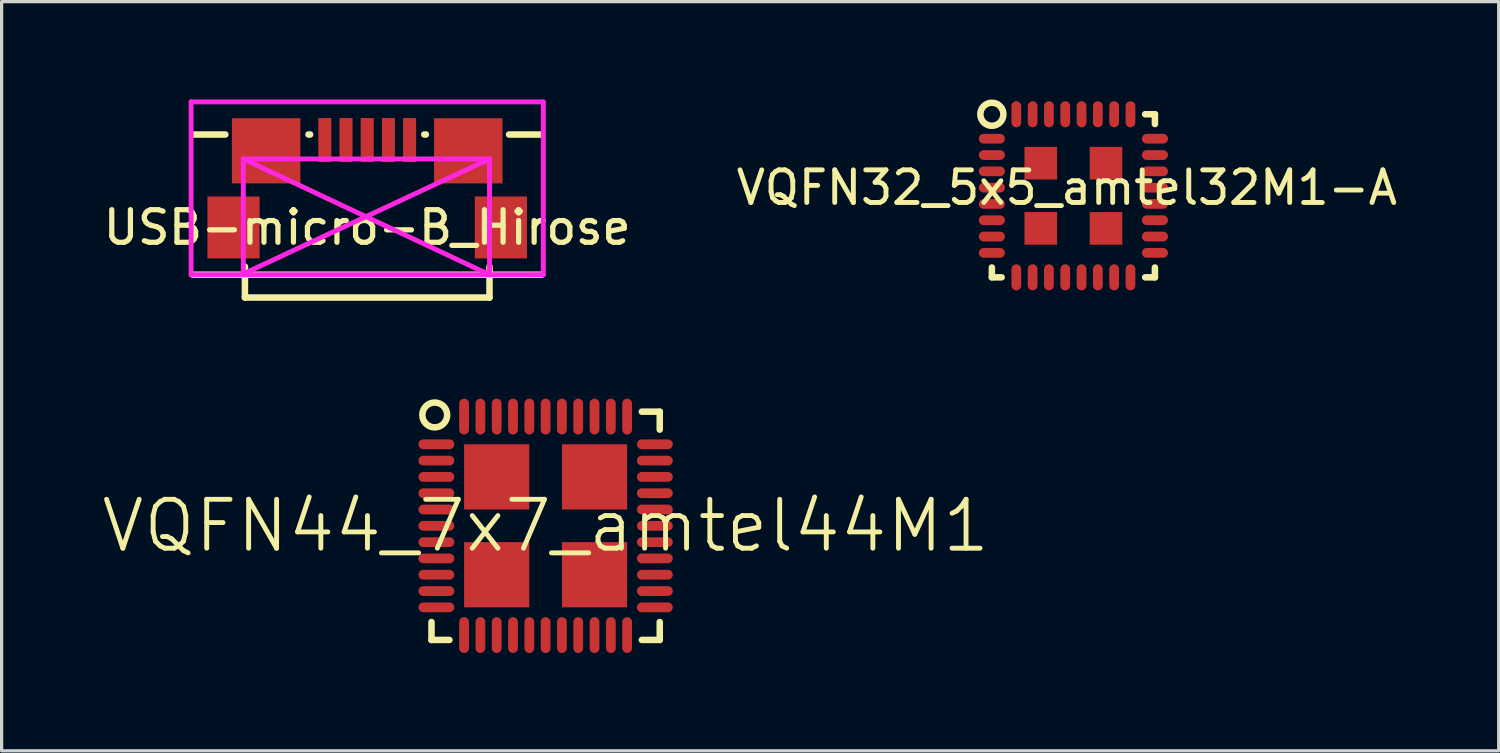
<source format=kicad_pcb>
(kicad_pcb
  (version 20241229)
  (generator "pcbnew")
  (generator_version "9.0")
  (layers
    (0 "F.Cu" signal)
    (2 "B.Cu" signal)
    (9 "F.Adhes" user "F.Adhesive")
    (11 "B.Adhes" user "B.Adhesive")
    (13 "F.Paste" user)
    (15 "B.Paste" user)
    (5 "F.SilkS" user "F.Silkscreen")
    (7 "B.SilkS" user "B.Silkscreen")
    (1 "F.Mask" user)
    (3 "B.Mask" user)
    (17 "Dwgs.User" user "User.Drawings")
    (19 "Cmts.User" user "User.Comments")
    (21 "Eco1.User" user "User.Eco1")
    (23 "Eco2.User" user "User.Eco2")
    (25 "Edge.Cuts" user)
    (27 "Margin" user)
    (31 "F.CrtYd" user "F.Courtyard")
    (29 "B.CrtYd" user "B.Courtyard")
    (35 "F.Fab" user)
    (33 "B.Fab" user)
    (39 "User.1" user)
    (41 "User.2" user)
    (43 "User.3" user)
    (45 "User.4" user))
  (footprint "USB-micro-B_Hirose"
    (layer "F.Cu")
    (at 8.211 3.925)
    (property "Reference" "USB-micro-B_Hirose" (at 0 0 0) (layer "F.SilkS") (effects (font (size 1 1) (thickness 0.16))))
    (attr through_hole)
    (fp_line (start -5.35 1.45) (end 5.35 1.45) (stroke (width 0.2) (type solid)) (layer "F.SilkS"))
    (fp_line (start -4.35 -2.85) (end -5.35 -2.85) (stroke (width 0.2) (type solid)) (layer "F.SilkS"))
    (fp_line (start -3.75 2.15) (end -3.75 1.2) (stroke (width 0.2) (type solid)) (layer "F.SilkS"))
    (fp_line (start -3.75 2.15) (end 3.75 2.15) (stroke (width 0.2) (type solid)) (layer "F.SilkS"))
    (fp_line (start -1.8 -2.85) (end -1.75 -2.85) (stroke (width 0.2) (type solid)) (layer "F.SilkS"))
    (fp_line (start 1.8 -2.85) (end 1.75 -2.85) (stroke (width 0.2) (type solid)) (layer "F.SilkS"))
    (fp_line (start 3.75 2.15) (end 3.75 1.2) (stroke (width 0.2) (type solid)) (layer "F.SilkS"))
    (fp_line (start 4.35 -2.85) (end 5.35 -2.85) (stroke (width 0.2) (type solid)) (layer "F.SilkS"))
    (fp_line (start -5.4 -3.85) (end -5.4 1.45) (stroke (width 0.15) (type solid)) (layer "F.CrtYd"))
    (fp_line (start -5.4 1.45) (end 5.4 1.45) (stroke (width 0.15) (type solid)) (layer "F.CrtYd"))
    (fp_line (start -3.8 -2.1) (end 3.75 -2.1) (stroke (width 0.15) (type solid)) (layer "F.CrtYd"))
    (fp_line (start -3.8 -2.1) (end 3.75 1.45) (stroke (width 0.15) (type solid)) (layer "F.CrtYd"))
    (fp_line (start -3.8 1.45) (end -3.8 -2.1) (stroke (width 0.15) (type solid)) (layer "F.CrtYd"))
    (fp_line (start -3.75 1.4) (end 3.75 -2.1) (stroke (width 0.15) (type solid)) (layer "F.CrtYd"))
    (fp_line (start 3.75 -2.1) (end 3.75 1.45) (stroke (width 0.15) (type solid)) (layer "F.CrtYd"))
    (fp_line (start 5.4 -3.85) (end -5.4 -3.85) (stroke (width 0.15) (type solid)) (layer "F.CrtYd"))
    (fp_line (start 5.4 1.45) (end 5.4 -3.85) (stroke (width 0.15) (type solid)) (layer "F.CrtYd"))
    (pad "1" smd rect (at 1.3 -2.68) (size 0.4 1.35) (layers "F.Cu" "F.Mask" "F.Paste"))
    (pad "2" smd rect (at 0.65 -2.68) (size 0.4 1.35) (layers "F.Cu" "F.Mask" "F.Paste"))
    (pad "3" smd rect (at 0 -2.68) (size 0.4 1.35) (layers "F.Cu" "F.Mask" "F.Paste"))
    (pad "4" smd rect (at -0.65 -2.68) (size 0.4 1.35) (layers "F.Cu" "F.Mask" "F.Paste"))
    (pad "5" smd rect (at -1.3 -2.68) (size 0.4 1.35) (layers "F.Cu" "F.Mask" "F.Paste"))
    (pad "6" smd rect (at -3.1 -2.35) (size 2.1 2) (layers "F.Cu" "F.Mask" "F.Paste"))
    (pad "7" smd rect (at -4.1 0) (size 1.6 1.9) (layers "F.Cu" "F.Mask" "F.Paste"))
    (pad "8" smd rect (at 4.1 0) (size 1.6 1.9) (layers "F.Cu" "F.Mask" "F.Paste"))
    (pad "9" smd rect (at 3.1 -2.35) (size 2.1 2) (layers "F.Cu" "F.Mask" "F.Paste")))
  (footprint "VQFN44_7x7_amtel44M1"
    (layer "F.Cu")
    (at 13.682 13.075)
    (property "Reference" "VQFN44_7x7_amtel44M1" (at 0 0 0) (layer "F.SilkS") (effects (font (size 1.5 1.5) (thickness 0.15))))
    (attr through_hole)
    (fp_line (start -3.5 2.95) (end -3.5 3.5) (stroke (width 0.2) (type solid)) (layer "F.SilkS"))
    (fp_line (start -3.5 3.5) (end -2.95 3.5) (stroke (width 0.2) (type solid)) (layer "F.SilkS"))
    (fp_line (start 3.5 -3.5) (end 2.95 -3.5) (stroke (width 0.2) (type solid)) (layer "F.SilkS"))
    (fp_line (start 3.5 -3.5) (end 3.5 -2.95) (stroke (width 0.2) (type solid)) (layer "F.SilkS"))
    (fp_line (start 3.5 2.95) (end 3.5 3.5) (stroke (width 0.2) (type solid)) (layer "F.SilkS"))
    (fp_line (start 3.5 3.5) (end 2.95 3.5) (stroke (width 0.2) (type solid)) (layer "F.SilkS"))
    (fp_circle (center -3.4 -3.4) (end -3.05 -3.25) (stroke (width 0.2) (type solid)) (fill no) (layer "F.SilkS"))
    (pad "1" smd oval (at -3.35 -2.5) (size 1.1 0.3) (layers "F.Cu" "F.Mask" "F.Paste"))
    (pad "2" smd oval (at -3.35 -2) (size 1.1 0.3) (layers "F.Cu" "F.Mask" "F.Paste"))
    (pad "3" smd oval (at -3.35 -1.5) (size 1.1 0.3) (layers "F.Cu" "F.Mask" "F.Paste"))
    (pad "4" smd oval (at -3.35 -1) (size 1.1 0.3) (layers "F.Cu" "F.Mask" "F.Paste"))
    (pad "5" smd oval (at -3.35 -0.5) (size 1.1 0.3) (layers "F.Cu" "F.Mask" "F.Paste"))
    (pad "6" smd oval (at -3.35 0) (size 1.1 0.3) (layers "F.Cu" "F.Mask" "F.Paste"))
    (pad "7" smd oval (at -3.35 0.5) (size 1.1 0.3) (layers "F.Cu" "F.Mask" "F.Paste"))
    (pad "8" smd oval (at -3.35 1) (size 1.1 0.3) (layers "F.Cu" "F.Mask" "F.Paste"))
    (pad "9" smd oval (at -3.35 1.5) (size 1.1 0.3) (layers "F.Cu" "F.Mask" "F.Paste"))
    (pad "10" smd oval (at -3.35 2) (size 1.1 0.3) (layers "F.Cu" "F.Mask" "F.Paste"))
    (pad "11" smd oval (at -3.35 2.5) (size 1.1 0.3) (layers "F.Cu" "F.Mask" "F.Paste"))
    (pad "12" smd oval (at -2.5 3.35) (size 0.3 1.1) (layers "F.Cu" "F.Mask" "F.Paste"))
    (pad "13" smd oval (at -2 3.35) (size 0.3 1.1) (layers "F.Cu" "F.Mask" "F.Paste"))
    (pad "14" smd oval (at -1.5 3.35) (size 0.3 1.1) (layers "F.Cu" "F.Mask" "F.Paste"))
    (pad "15" smd oval (at -1 3.35) (size 0.3 1.1) (layers "F.Cu" "F.Mask" "F.Paste"))
    (pad "16" smd oval (at -0.5 3.35) (size 0.3 1.1) (layers "F.Cu" "F.Mask" "F.Paste"))
    (pad "17" smd oval (at 0 3.35) (size 0.3 1.1) (layers "F.Cu" "F.Mask" "F.Paste"))
    (pad "18" smd oval (at 0.5 3.35) (size 0.3 1.1) (layers "F.Cu" "F.Mask" "F.Paste"))
    (pad "19" smd oval (at 1 3.35) (size 0.3 1.1) (layers "F.Cu" "F.Mask" "F.Paste"))
    (pad "20" smd oval (at 1.5 3.35) (size 0.3 1.1) (layers "F.Cu" "F.Mask" "F.Paste"))
    (pad "21" smd oval (at 2 3.35) (size 0.3 1.1) (layers "F.Cu" "F.Mask" "F.Paste"))
    (pad "22" smd oval (at 2.5 3.35) (size 0.3 1.1) (layers "F.Cu" "F.Mask" "F.Paste"))
    (pad "23" smd oval (at 3.35 2.5) (size 1.1 0.3) (layers "F.Cu" "F.Mask" "F.Paste"))
    (pad "24" smd oval (at 3.35 2) (size 1.1 0.3) (layers "F.Cu" "F.Mask" "F.Paste"))
    (pad "25" smd oval (at 3.35 1.5) (size 1.1 0.3) (layers "F.Cu" "F.Mask" "F.Paste"))
    (pad "26" smd oval (at 3.35 1) (size 1.1 0.3) (layers "F.Cu" "F.Mask" "F.Paste"))
    (pad "27" smd oval (at 3.35 0.5) (size 1.1 0.3) (layers "F.Cu" "F.Mask" "F.Paste"))
    (pad "28" smd oval (at 3.35 0) (size 1.1 0.3) (layers "F.Cu" "F.Mask" "F.Paste"))
    (pad "29" smd oval (at 3.35 -0.5) (size 1.1 0.3) (layers "F.Cu" "F.Mask" "F.Paste"))
    (pad "30" smd oval (at 3.35 -1) (size 1.1 0.3) (layers "F.Cu" "F.Mask" "F.Paste"))
    (pad "31" smd oval (at 3.35 -1.5) (size 1.1 0.3) (layers "F.Cu" "F.Mask" "F.Paste"))
    (pad "32" smd oval (at 3.35 -2) (size 1.1 0.3) (layers "F.Cu" "F.Mask" "F.Paste"))
    (pad "33" smd oval (at 3.35 -2.5) (size 1.1 0.3) (layers "F.Cu" "F.Mask" "F.Paste"))
    (pad "34" smd oval (at 2.5 -3.35) (size 0.3 1.1) (layers "F.Cu" "F.Mask" "F.Paste"))
    (pad "35" smd oval (at 2 -3.35) (size 0.3 1.1) (layers "F.Cu" "F.Mask" "F.Paste"))
    (pad "36" smd oval (at 1.5 -3.35) (size 0.3 1.1) (layers "F.Cu" "F.Mask" "F.Paste"))
    (pad "37" smd oval (at 1 -3.35) (size 0.3 1.1) (layers "F.Cu" "F.Mask" "F.Paste"))
    (pad "38" smd oval (at 0.5 -3.35) (size 0.3 1.1) (layers "F.Cu" "F.Mask" "F.Paste"))
    (pad "39" smd oval (at 0 -3.35) (size 0.3 1.1) (layers "F.Cu" "F.Mask" "F.Paste"))
    (pad "40" smd oval (at -0.5 -3.35) (size 0.3 1.1) (layers "F.Cu" "F.Mask" "F.Paste"))
    (pad "41" smd oval (at -1 -3.35) (size 0.3 1.1) (layers "F.Cu" "F.Mask" "F.Paste"))
    (pad "42" smd oval (at -1.5 -3.35) (size 0.3 1.1) (layers "F.Cu" "F.Mask" "F.Paste"))
    (pad "43" smd oval (at -2 -3.35) (size 0.3 1.1) (layers "F.Cu" "F.Mask" "F.Paste"))
    (pad "44" smd oval (at -2.5 -3.35) (size 0.3 1.1) (layers "F.Cu" "F.Mask" "F.Paste"))
    (pad "PAD" smd rect (at -1.5 -1.5) (size 2 2) (layers "F.Cu" "F.Mask" "F.Paste"))
    (pad "PAD" smd rect (at -1.5 1.5) (size 2 2) (layers "F.Cu" "F.Mask" "F.Paste"))
    (pad "PAD" smd rect (at 1.5 -1.5) (size 2 2) (layers "F.Cu" "F.Mask" "F.Paste"))
    (pad "PAD" smd rect (at 1.5 1.5) (size 2 2) (layers "F.Cu" "F.Mask" "F.Paste")))
  (footprint "VQFN32_5x5_amtel32M1-A"
    (layer "F.Cu")
    (at 27.367 1.204)
    (property "Reference" "VQFN32_5x5_amtel32M1-A" (at 2.3 1.5 0) (layer "F.SilkS") (effects (font (size 1 1) (thickness 0.15))))
    (attr through_hole)
    (fp_line (start 0 4.25) (end 0 3.95) (stroke (width 0.2) (type solid)) (layer "F.SilkS"))
    (fp_line (start 0 4.25) (end 0.3 4.25) (stroke (width 0.2) (type solid)) (layer "F.SilkS"))
    (fp_line (start 5 -0.75) (end 4.7 -0.75) (stroke (width 0.2) (type solid)) (layer "F.SilkS"))
    (fp_line (start 5 -0.45) (end 5 -0.75) (stroke (width 0.2) (type solid)) (layer "F.SilkS"))
    (fp_line (start 5 4.25) (end 4.7 4.25) (stroke (width 0.2) (type solid)) (layer "F.SilkS"))
    (fp_line (start 5 4.25) (end 5 3.95) (stroke (width 0.2) (type solid)) (layer "F.SilkS"))
    (fp_circle (center 0 -0.75) (end 0.25 -1) (stroke (width 0.2) (type solid)) (fill no) (layer "F.SilkS"))
    (pad "1" smd oval (at 0 0) (size 0.8 0.3) (layers "F.Cu" "F.Mask" "F.Paste"))
    (pad "2" smd oval (at 0 0.5) (size 0.8 0.3) (layers "F.Cu" "F.Mask" "F.Paste"))
    (pad "3" smd oval (at 0 1) (size 0.8 0.3) (layers "F.Cu" "F.Mask" "F.Paste"))
    (pad "4" smd oval (at 0 1.5) (size 0.8 0.3) (layers "F.Cu" "F.Mask" "F.Paste"))
    (pad "5" smd oval (at 0 2) (size 0.8 0.3) (layers "F.Cu" "F.Mask" "F.Paste"))
    (pad "6" smd oval (at 0 2.5) (size 0.8 0.3) (layers "F.Cu" "F.Mask" "F.Paste"))
    (pad "7" smd oval (at 0 3) (size 0.8 0.3) (layers "F.Cu" "F.Mask" "F.Paste"))
    (pad "8" smd oval (at 0 3.5) (size 0.8 0.3) (layers "F.Cu" "F.Mask" "F.Paste"))
    (pad "9" smd oval (at 0.75 4.25) (size 0.3 0.8) (layers "F.Cu" "F.Mask" "F.Paste"))
    (pad "10" smd oval (at 1.25 4.25) (size 0.3 0.8) (layers "F.Cu" "F.Mask" "F.Paste"))
    (pad "11" smd oval (at 1.75 4.25) (size 0.3 0.8) (layers "F.Cu" "F.Mask" "F.Paste"))
    (pad "12" smd oval (at 2.25 4.25) (size 0.3 0.8) (layers "F.Cu" "F.Mask" "F.Paste"))
    (pad "13" smd oval (at 2.75 4.25) (size 0.3 0.8) (layers "F.Cu" "F.Mask" "F.Paste"))
    (pad "14" smd oval (at 3.25 4.25) (size 0.3 0.8) (layers "F.Cu" "F.Mask" "F.Paste"))
    (pad "15" smd oval (at 3.75 4.25) (size 0.3 0.8) (layers "F.Cu" "F.Mask" "F.Paste"))
    (pad "16" smd oval (at 4.25 4.25) (size 0.3 0.8) (layers "F.Cu" "F.Mask" "F.Paste"))
    (pad "17" smd oval (at 5 3.5) (size 0.8 0.3) (layers "F.Cu" "F.Mask" "F.Paste"))
    (pad "18" smd oval (at 5 3) (size 0.8 0.3) (layers "F.Cu" "F.Mask" "F.Paste"))
    (pad "19" smd oval (at 5 2.5) (size 0.8 0.3) (layers "F.Cu" "F.Mask" "F.Paste"))
    (pad "20" smd oval (at 5 2) (size 0.8 0.3) (layers "F.Cu" "F.Mask" "F.Paste"))
    (pad "21" smd oval (at 5 1.5) (size 0.8 0.3) (layers "F.Cu" "F.Mask" "F.Paste"))
    (pad "22" smd oval (at 5 1) (size 0.8 0.3) (layers "F.Cu" "F.Mask" "F.Paste"))
    (pad "23" smd oval (at 5 0.5) (size 0.8 0.3) (layers "F.Cu" "F.Mask" "F.Paste"))
    (pad "24" smd oval (at 5 0) (size 0.8 0.3) (layers "F.Cu" "F.Mask" "F.Paste"))
    (pad "25" smd oval (at 4.25 -0.75) (size 0.3 0.8) (layers "F.Cu" "F.Mask" "F.Paste"))
    (pad "26" smd oval (at 3.75 -0.75) (size 0.3 0.8) (layers "F.Cu" "F.Mask" "F.Paste"))
    (pad "27" smd oval (at 3.25 -0.75) (size 0.3 0.8) (layers "F.Cu" "F.Mask" "F.Paste"))
    (pad "28" smd oval (at 2.75 -0.75) (size 0.3 0.8) (layers "F.Cu" "F.Mask" "F.Paste"))
    (pad "29" smd oval (at 2.25 -0.75) (size 0.3 0.8) (layers "F.Cu" "F.Mask" "F.Paste"))
    (pad "30" smd oval (at 1.75 -0.75) (size 0.3 0.8) (layers "F.Cu" "F.Mask" "F.Paste"))
    (pad "31" smd oval (at 1.25 -0.75) (size 0.3 0.8) (layers "F.Cu" "F.Mask" "F.Paste"))
    (pad "32" smd oval (at 0.75 -0.75) (size 0.3 0.8) (layers "F.Cu" "F.Mask" "F.Paste"))
    (pad "PAD" smd rect (at 1.5 0.75) (size 1 1) (layers "F.Cu" "F.Mask" "F.Paste"))
    (pad "PAD" smd rect (at 1.5 2.75) (size 1 1) (layers "F.Cu" "F.Mask" "F.Paste"))
    (pad "PAD" smd rect (at 3.5 0.75) (size 1 1) (layers "F.Cu" "F.Mask" "F.Paste"))
    (pad "PAD" smd rect (at 3.5 2.75) (size 1 1) (layers "F.Cu" "F.Mask" "F.Paste")))
  (gr_rect
    (start -3 -3)
    (end 42.911 19.975)
    (stroke (width 0.1) (type default))
    (fill no)
    (layer "Edge.Cuts")))
</source>
